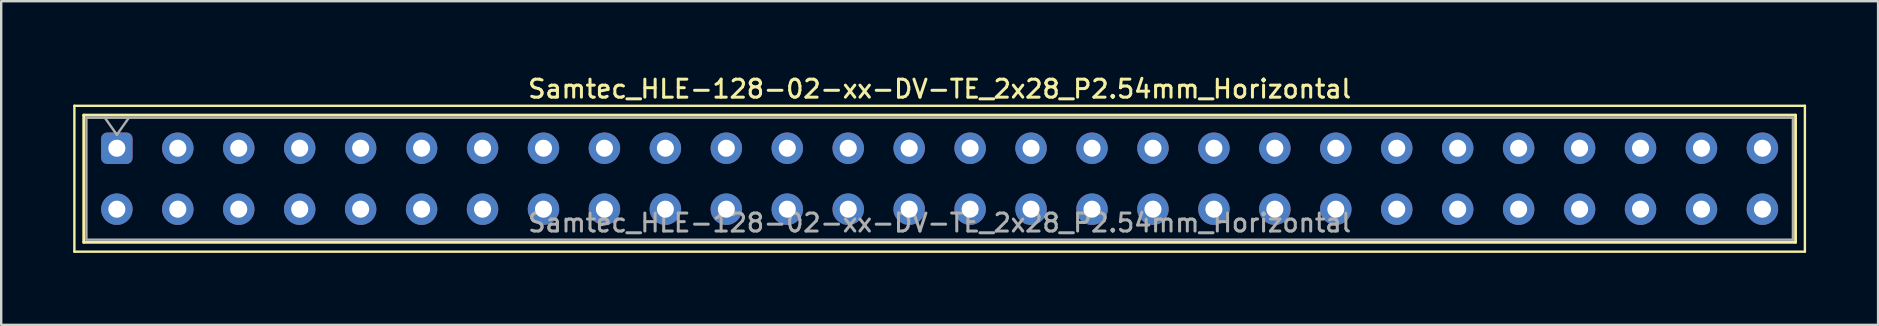
<source format=kicad_pcb>
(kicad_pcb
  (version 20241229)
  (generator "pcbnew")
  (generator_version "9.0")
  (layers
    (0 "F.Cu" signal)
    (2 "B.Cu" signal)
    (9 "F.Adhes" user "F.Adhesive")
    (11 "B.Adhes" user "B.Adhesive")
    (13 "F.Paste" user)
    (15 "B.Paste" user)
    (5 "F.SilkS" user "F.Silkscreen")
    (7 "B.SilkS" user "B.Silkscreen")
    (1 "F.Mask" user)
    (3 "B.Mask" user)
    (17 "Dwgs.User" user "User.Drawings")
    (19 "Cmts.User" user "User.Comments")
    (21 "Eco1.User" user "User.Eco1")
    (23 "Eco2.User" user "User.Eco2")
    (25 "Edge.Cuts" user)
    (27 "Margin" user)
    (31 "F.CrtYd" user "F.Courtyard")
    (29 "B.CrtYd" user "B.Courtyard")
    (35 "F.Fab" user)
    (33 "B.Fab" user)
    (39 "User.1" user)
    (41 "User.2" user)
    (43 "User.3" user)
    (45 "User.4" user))
  (footprint "Samtec_HLE-128-02-xx-DV-TE_2x28_P2.54mm_Horizontal"
    (layer "F.Cu")
    (at 1.82 3.128)
    (property "Reference" "Samtec_HLE-128-02-xx-DV-TE_2x28_P2.54mm_Horizontal" (at 34.29 -2.47 0) (layer "F.SilkS") (effects (font (size 0.75 0.75) (thickness 0.125))))
    (attr through_hole)
    (fp_line (start -1.77 -1.77) (end 70.35 -1.77) (stroke (width 0.1) (type solid)) (layer "F.SilkS"))
    (fp_line (start -1.77 4.31) (end -1.77 -1.77) (stroke (width 0.1) (type solid)) (layer "F.SilkS"))
    (fp_line (start -1.38 -1.38) (end 69.96 -1.38) (stroke (width 0.12) (type solid)) (layer "F.SilkS"))
    (fp_line (start -1.38 3.92) (end -1.38 -1.38) (stroke (width 0.12) (type solid)) (layer "F.SilkS"))
    (fp_line (start 69.96 -1.38) (end 69.96 3.92) (stroke (width 0.12) (type solid)) (layer "F.SilkS"))
    (fp_line (start 69.96 3.92) (end -1.38 3.92) (stroke (width 0.12) (type solid)) (layer "F.SilkS"))
    (fp_line (start 70.35 -1.77) (end 70.35 4.31) (stroke (width 0.1) (type solid)) (layer "F.SilkS"))
    (fp_line (start 70.35 4.31) (end -1.77 4.31) (stroke (width 0.1) (type solid)) (layer "F.SilkS"))
    (fp_line (start -1.27 -1.27) (end 69.85 -1.27) (stroke (width 0.1) (type solid)) (layer "F.Fab"))
    (fp_line (start -1.27 3.81) (end -1.27 -1.27) (stroke (width 0.1) (type solid)) (layer "F.Fab"))
    (fp_line (start -0.5 -1.27) (end 0 -0.563) (stroke (width 0.1) (type solid)) (layer "F.Fab"))
    (fp_line (start 0 -0.563) (end 0.5 -1.27) (stroke (width 0.1) (type solid)) (layer "F.Fab"))
    (fp_line (start 69.85 -1.27) (end 69.85 3.81) (stroke (width 0.1) (type solid)) (layer "F.Fab"))
    (fp_line (start 69.85 3.81) (end -1.27 3.81) (stroke (width 0.1) (type solid)) (layer "F.Fab"))
    (fp_text user "${REFERENCE}" (at 34.29 3.11 0) (layer "F.Fab") (effects (font (size 0.75 0.75) (thickness 0.125))))
    (pad "1" thru_hole roundrect (at 0 0) (size 1.31 1.31) (drill 0.71) (layers "*.Cu" "*.Mask") (roundrect_rratio 0.191))
    (pad "2" thru_hole circle (at 0 2.54) (size 1.31 1.31) (drill 0.71) (layers "*.Cu" "*.Mask"))
    (pad "3" thru_hole circle (at 2.54 0) (size 1.31 1.31) (drill 0.71) (layers "*.Cu" "*.Mask"))
    (pad "4" thru_hole circle (at 2.54 2.54) (size 1.31 1.31) (drill 0.71) (layers "*.Cu" "*.Mask"))
    (pad "5" thru_hole circle (at 5.08 0) (size 1.31 1.31) (drill 0.71) (layers "*.Cu" "*.Mask"))
    (pad "6" thru_hole circle (at 5.08 2.54) (size 1.31 1.31) (drill 0.71) (layers "*.Cu" "*.Mask"))
    (pad "7" thru_hole circle (at 7.62 0) (size 1.31 1.31) (drill 0.71) (layers "*.Cu" "*.Mask"))
    (pad "8" thru_hole circle (at 7.62 2.54) (size 1.31 1.31) (drill 0.71) (layers "*.Cu" "*.Mask"))
    (pad "9" thru_hole circle (at 10.16 0) (size 1.31 1.31) (drill 0.71) (layers "*.Cu" "*.Mask"))
    (pad "10" thru_hole circle (at 10.16 2.54) (size 1.31 1.31) (drill 0.71) (layers "*.Cu" "*.Mask"))
    (pad "11" thru_hole circle (at 12.7 0) (size 1.31 1.31) (drill 0.71) (layers "*.Cu" "*.Mask"))
    (pad "12" thru_hole circle (at 12.7 2.54) (size 1.31 1.31) (drill 0.71) (layers "*.Cu" "*.Mask"))
    (pad "13" thru_hole circle (at 15.24 0) (size 1.31 1.31) (drill 0.71) (layers "*.Cu" "*.Mask"))
    (pad "14" thru_hole circle (at 15.24 2.54) (size 1.31 1.31) (drill 0.71) (layers "*.Cu" "*.Mask"))
    (pad "15" thru_hole circle (at 17.78 0) (size 1.31 1.31) (drill 0.71) (layers "*.Cu" "*.Mask"))
    (pad "16" thru_hole circle (at 17.78 2.54) (size 1.31 1.31) (drill 0.71) (layers "*.Cu" "*.Mask"))
    (pad "17" thru_hole circle (at 20.32 0) (size 1.31 1.31) (drill 0.71) (layers "*.Cu" "*.Mask"))
    (pad "18" thru_hole circle (at 20.32 2.54) (size 1.31 1.31) (drill 0.71) (layers "*.Cu" "*.Mask"))
    (pad "19" thru_hole circle (at 22.86 0) (size 1.31 1.31) (drill 0.71) (layers "*.Cu" "*.Mask"))
    (pad "20" thru_hole circle (at 22.86 2.54) (size 1.31 1.31) (drill 0.71) (layers "*.Cu" "*.Mask"))
    (pad "21" thru_hole circle (at 25.4 0) (size 1.31 1.31) (drill 0.71) (layers "*.Cu" "*.Mask"))
    (pad "22" thru_hole circle (at 25.4 2.54) (size 1.31 1.31) (drill 0.71) (layers "*.Cu" "*.Mask"))
    (pad "23" thru_hole circle (at 27.94 0) (size 1.31 1.31) (drill 0.71) (layers "*.Cu" "*.Mask"))
    (pad "24" thru_hole circle (at 27.94 2.54) (size 1.31 1.31) (drill 0.71) (layers "*.Cu" "*.Mask"))
    (pad "25" thru_hole circle (at 30.48 0) (size 1.31 1.31) (drill 0.71) (layers "*.Cu" "*.Mask"))
    (pad "26" thru_hole circle (at 30.48 2.54) (size 1.31 1.31) (drill 0.71) (layers "*.Cu" "*.Mask"))
    (pad "27" thru_hole circle (at 33.02 0) (size 1.31 1.31) (drill 0.71) (layers "*.Cu" "*.Mask"))
    (pad "28" thru_hole circle (at 33.02 2.54) (size 1.31 1.31) (drill 0.71) (layers "*.Cu" "*.Mask"))
    (pad "29" thru_hole circle (at 35.56 0) (size 1.31 1.31) (drill 0.71) (layers "*.Cu" "*.Mask"))
    (pad "30" thru_hole circle (at 35.56 2.54) (size 1.31 1.31) (drill 0.71) (layers "*.Cu" "*.Mask"))
    (pad "31" thru_hole circle (at 38.1 0) (size 1.31 1.31) (drill 0.71) (layers "*.Cu" "*.Mask"))
    (pad "32" thru_hole circle (at 38.1 2.54) (size 1.31 1.31) (drill 0.71) (layers "*.Cu" "*.Mask"))
    (pad "33" thru_hole circle (at 40.64 0) (size 1.31 1.31) (drill 0.71) (layers "*.Cu" "*.Mask"))
    (pad "34" thru_hole circle (at 40.64 2.54) (size 1.31 1.31) (drill 0.71) (layers "*.Cu" "*.Mask"))
    (pad "35" thru_hole circle (at 43.18 0) (size 1.31 1.31) (drill 0.71) (layers "*.Cu" "*.Mask"))
    (pad "36" thru_hole circle (at 43.18 2.54) (size 1.31 1.31) (drill 0.71) (layers "*.Cu" "*.Mask"))
    (pad "37" thru_hole circle (at 45.72 0) (size 1.31 1.31) (drill 0.71) (layers "*.Cu" "*.Mask"))
    (pad "38" thru_hole circle (at 45.72 2.54) (size 1.31 1.31) (drill 0.71) (layers "*.Cu" "*.Mask"))
    (pad "39" thru_hole circle (at 48.26 0) (size 1.31 1.31) (drill 0.71) (layers "*.Cu" "*.Mask"))
    (pad "40" thru_hole circle (at 48.26 2.54) (size 1.31 1.31) (drill 0.71) (layers "*.Cu" "*.Mask"))
    (pad "41" thru_hole circle (at 50.8 0) (size 1.31 1.31) (drill 0.71) (layers "*.Cu" "*.Mask"))
    (pad "42" thru_hole circle (at 50.8 2.54) (size 1.31 1.31) (drill 0.71) (layers "*.Cu" "*.Mask"))
    (pad "43" thru_hole circle (at 53.34 0) (size 1.31 1.31) (drill 0.71) (layers "*.Cu" "*.Mask"))
    (pad "44" thru_hole circle (at 53.34 2.54) (size 1.31 1.31) (drill 0.71) (layers "*.Cu" "*.Mask"))
    (pad "45" thru_hole circle (at 55.88 0) (size 1.31 1.31) (drill 0.71) (layers "*.Cu" "*.Mask"))
    (pad "46" thru_hole circle (at 55.88 2.54) (size 1.31 1.31) (drill 0.71) (layers "*.Cu" "*.Mask"))
    (pad "47" thru_hole circle (at 58.42 0) (size 1.31 1.31) (drill 0.71) (layers "*.Cu" "*.Mask"))
    (pad "48" thru_hole circle (at 58.42 2.54) (size 1.31 1.31) (drill 0.71) (layers "*.Cu" "*.Mask"))
    (pad "49" thru_hole circle (at 60.96 0) (size 1.31 1.31) (drill 0.71) (layers "*.Cu" "*.Mask"))
    (pad "50" thru_hole circle (at 60.96 2.54) (size 1.31 1.31) (drill 0.71) (layers "*.Cu" "*.Mask"))
    (pad "51" thru_hole circle (at 63.5 0) (size 1.31 1.31) (drill 0.71) (layers "*.Cu" "*.Mask"))
    (pad "52" thru_hole circle (at 63.5 2.54) (size 1.31 1.31) (drill 0.71) (layers "*.Cu" "*.Mask"))
    (pad "53" thru_hole circle (at 66.04 0) (size 1.31 1.31) (drill 0.71) (layers "*.Cu" "*.Mask"))
    (pad "54" thru_hole circle (at 66.04 2.54) (size 1.31 1.31) (drill 0.71) (layers "*.Cu" "*.Mask"))
    (pad "55" thru_hole circle (at 68.58 0) (size 1.31 1.31) (drill 0.71) (layers "*.Cu" "*.Mask"))
    (pad "56" thru_hole circle (at 68.58 2.54) (size 1.31 1.31) (drill 0.71) (layers "*.Cu" "*.Mask")))
  (gr_rect
    (start -3 -3)
    (end 75.22 10.488)
    (stroke (width 0.1) (type default))
    (fill no)
    (layer "Edge.Cuts")))
</source>
